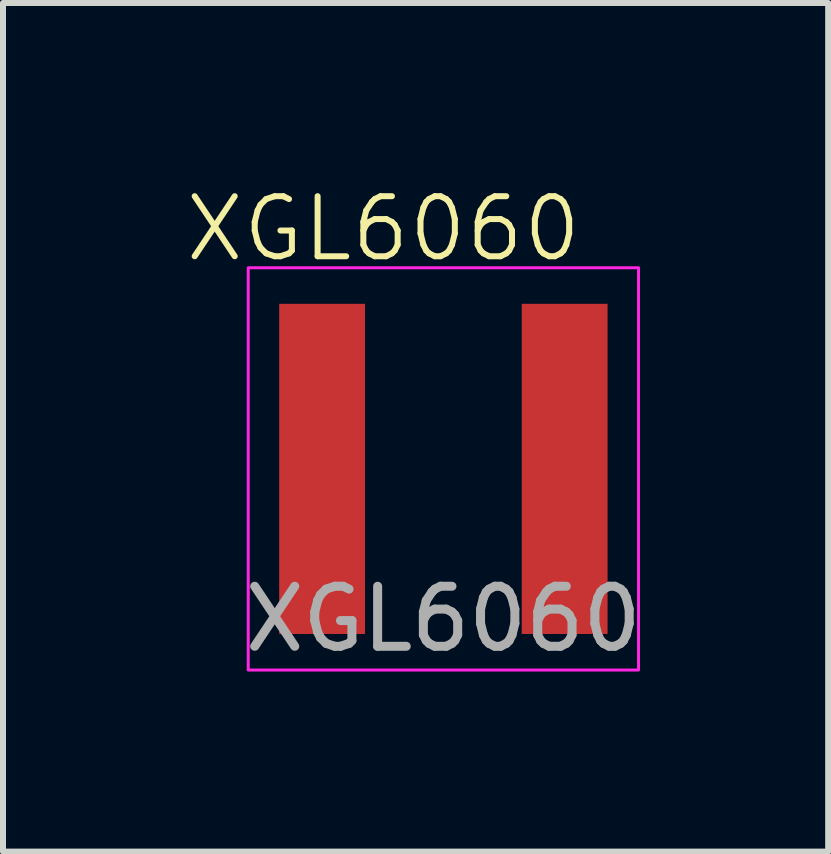
<source format=kicad_pcb>
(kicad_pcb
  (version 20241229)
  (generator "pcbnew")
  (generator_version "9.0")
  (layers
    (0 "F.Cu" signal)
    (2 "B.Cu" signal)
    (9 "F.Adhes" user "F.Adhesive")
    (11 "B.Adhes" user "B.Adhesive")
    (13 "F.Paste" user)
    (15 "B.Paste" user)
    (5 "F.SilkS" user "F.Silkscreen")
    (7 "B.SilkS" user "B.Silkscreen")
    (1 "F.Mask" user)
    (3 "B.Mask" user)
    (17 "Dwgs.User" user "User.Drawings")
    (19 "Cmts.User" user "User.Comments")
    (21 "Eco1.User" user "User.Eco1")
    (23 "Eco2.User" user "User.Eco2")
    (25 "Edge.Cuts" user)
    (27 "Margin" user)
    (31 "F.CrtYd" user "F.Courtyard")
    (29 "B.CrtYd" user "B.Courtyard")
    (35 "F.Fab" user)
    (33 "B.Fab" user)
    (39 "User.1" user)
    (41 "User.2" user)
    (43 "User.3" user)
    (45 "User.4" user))
  (footprint "XGL6060"
    (layer "F.Cu")
    (at 4.336 4.761)
    (property "Reference" "XGL6060" (at -1 -4 0) (unlocked yes) (layer "F.SilkS") (effects (font (size 1 1) (thickness 0.1))))
    (attr smd)
    (fp_rect (start -3.251 -3.35) (end 3.251 3.35) (stroke (width 0.05) (type default)) (fill no) (layer "F.CrtYd"))
    (fp_text user "${REFERENCE}" (at 0 2.5 0) (unlocked yes) (layer "F.Fab") (effects (font (size 1 1) (thickness 0.15))))
    (pad "1" smd rect (at -2.02 0) (size 1.43 5.5) (layers "F.Cu" "F.Mask" "F.Paste"))
    (pad "2" smd rect (at 2.02 0) (size 1.43 5.5) (layers "F.Cu" "F.Mask" "F.Paste")))
  (gr_rect
    (start -3 -3)
    (end 10.746 11.136)
    (stroke (width 0.1) (type default))
    (fill no)
    (layer "Edge.Cuts")))
</source>
